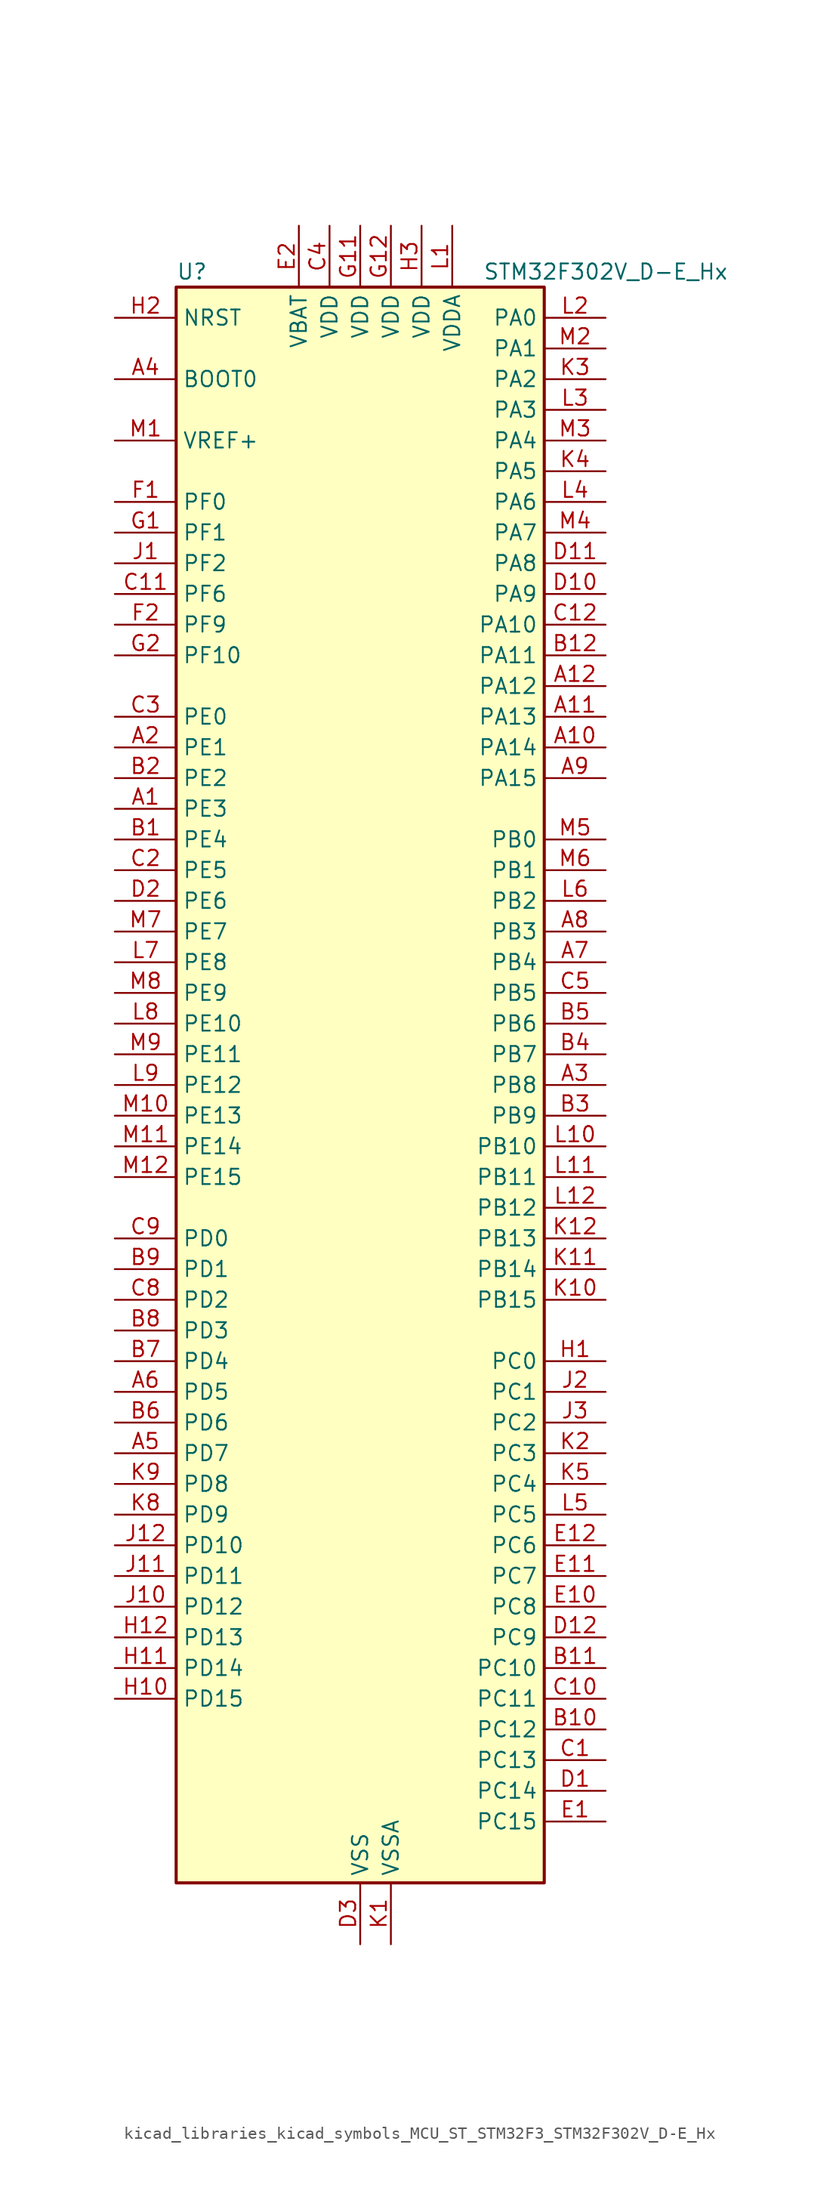
<source format=kicad_sym>
(kicad_symbol_lib
  (version 20220914)
  (generator kicad_symbol_editor)
  (symbol "kicad_libraries_kicad_symbols_MCU_ST_STM32F3_STM32F302V_D-E_Hx"
    (property "Reference" "U"
      (at -15.24 67.31 0)
      (effects (font (size 1.27 1.27)) (justify left)))
    (property "Value" "STM32F302V_D-E_Hx"
      (at 10.16 67.31 0)
      (effects (font (size 1.27 1.27)) (justify left)))
    (property "ki_locked" ""
      (at 0 0 0)
      (effects (font (size 1.27 1.27))))
    (symbol "kicad_libraries_kicad_symbols_MCU_ST_STM32F3_STM32F302V_D-E_Hx_0_1"
      (rectangle (start -15.24 -66.04) (end 15.24 66.04) (stroke (width 0.254) (type default)) (fill (type background))))
    (symbol "kicad_libraries_kicad_symbols_MCU_ST_STM32F3_STM32F302V_D-E_Hx_1_1"
      (pin bidirectional line (at -20.32 22.86 0) (length 5.08) (name "PE3" (effects (font (size 1.27 1.27)))) (number "A1" (effects (font (size 1.27 1.27)))) (alternate "FMC_A19" bidirectional line) (alternate "SPI4_NSS" bidirectional line) (alternate "SYS_TRACED0" bidirectional line) (alternate "TIM3_CH2" bidirectional line) (alternate "TSC_G7_IO2" bidirectional line))
      (pin bidirectional line (at 20.32 27.94 180) (length 5.08) (name "PA14" (effects (font (size 1.27 1.27)))) (number "A10" (effects (font (size 1.27 1.27)))) (alternate "I2C1_SDA" bidirectional line) (alternate "SYS_JTCK-SWCLK" bidirectional line) (alternate "TIM1_BKIN" bidirectional line) (alternate "TSC_G4_IO4" bidirectional line) (alternate "USART2_TX" bidirectional line))
      (pin bidirectional line (at 20.32 30.48 180) (length 5.08) (name "PA13" (effects (font (size 1.27 1.27)))) (number "A11" (effects (font (size 1.27 1.27)))) (alternate "IR_OUT" bidirectional line) (alternate "SYS_JTMS-SWDIO" bidirectional line) (alternate "TIM16_CH1N" bidirectional line) (alternate "TIM4_CH3" bidirectional line) (alternate "TSC_G4_IO3" bidirectional line) (alternate "USART3_CTS" bidirectional line))
      (pin bidirectional line (at 20.32 33.02 180) (length 5.08) (name "PA12" (effects (font (size 1.27 1.27)))) (number "A12" (effects (font (size 1.27 1.27)))) (alternate "CAN_TX" bidirectional line) (alternate "COMP2_OUT" bidirectional line) (alternate "I2S_CKIN" bidirectional line) (alternate "TIM16_CH1" bidirectional line) (alternate "TIM1_CH2N" bidirectional line) (alternate "TIM1_ETR" bidirectional line) (alternate "TIM4_CH2" bidirectional line) (alternate "USART1_DE" bidirectional line) (alternate "USART1_RTS" bidirectional line) (alternate "USB_DP" bidirectional line))
      (pin bidirectional line (at -20.32 27.94 0) (length 5.08) (name "PE1" (effects (font (size 1.27 1.27)))) (number "A2" (effects (font (size 1.27 1.27)))) (alternate "FMC_NBL1" bidirectional line) (alternate "TIM17_CH1" bidirectional line) (alternate "USART1_RX" bidirectional line))
      (pin bidirectional line (at 20.32 0 180) (length 5.08) (name "PB8" (effects (font (size 1.27 1.27)))) (number "A3" (effects (font (size 1.27 1.27)))) (alternate "CAN_RX" bidirectional line) (alternate "COMP1_OUT" bidirectional line) (alternate "I2C1_SCL" bidirectional line) (alternate "TIM16_CH1" bidirectional line) (alternate "TIM1_BKIN" bidirectional line) (alternate "TIM4_CH3" bidirectional line) (alternate "TSC_SYNC" bidirectional line) (alternate "USART3_RX" bidirectional line))
      (pin input line (at -20.32 58.42 0) (length 5.08) (name "BOOT0" (effects (font (size 1.27 1.27)))) (number "A4" (effects (font (size 1.27 1.27)))))
      (pin bidirectional line (at -20.32 -30.48 0) (length 5.08) (name "PD7" (effects (font (size 1.27 1.27)))) (number "A5" (effects (font (size 1.27 1.27)))) (alternate "FMC_NCE2" bidirectional line) (alternate "FMC_NE1" bidirectional line) (alternate "TIM2_CH3" bidirectional line) (alternate "USART2_CK" bidirectional line))
      (pin bidirectional line (at -20.32 -25.4 0) (length 5.08) (name "PD5" (effects (font (size 1.27 1.27)))) (number "A6" (effects (font (size 1.27 1.27)))) (alternate "FMC_NWE" bidirectional line) (alternate "USART2_TX" bidirectional line))
      (pin bidirectional line (at 20.32 10.16 180) (length 5.08) (name "PB4" (effects (font (size 1.27 1.27)))) (number "A7" (effects (font (size 1.27 1.27)))) (alternate "I2S3_ext_SD" bidirectional line) (alternate "SPI1_MISO" bidirectional line) (alternate "SPI3_MISO" bidirectional line) (alternate "SYS_NJTRST" bidirectional line) (alternate "TIM16_CH1" bidirectional line) (alternate "TIM17_BKIN" bidirectional line) (alternate "TIM3_CH1" bidirectional line) (alternate "TSC_G5_IO2" bidirectional line) (alternate "USART2_RX" bidirectional line))
      (pin bidirectional line (at 20.32 12.7 180) (length 5.08) (name "PB3" (effects (font (size 1.27 1.27)))) (number "A8" (effects (font (size 1.27 1.27)))) (alternate "I2S3_CK" bidirectional line) (alternate "SPI1_SCK" bidirectional line) (alternate "SPI3_SCK" bidirectional line) (alternate "SYS_JTDO-TRACESWO" bidirectional line) (alternate "TIM2_CH2" bidirectional line) (alternate "TIM3_ETR" bidirectional line) (alternate "TIM4_ETR" bidirectional line) (alternate "TSC_G5_IO1" bidirectional line) (alternate "USART2_TX" bidirectional line))
      (pin bidirectional line (at 20.32 25.4 180) (length 5.08) (name "PA15" (effects (font (size 1.27 1.27)))) (number "A9" (effects (font (size 1.27 1.27)))) (alternate "ADC1_EXTI15" bidirectional line) (alternate "ADC2_EXTI15" bidirectional line) (alternate "I2C1_SCL" bidirectional line) (alternate "I2S3_WS" bidirectional line) (alternate "SPI1_NSS" bidirectional line) (alternate "SPI3_NSS" bidirectional line) (alternate "SYS_JTDI" bidirectional line) (alternate "TIM1_BKIN" bidirectional line) (alternate "TIM2_CH1" bidirectional line) (alternate "TIM2_ETR" bidirectional line) (alternate "TSC_SYNC" bidirectional line) (alternate "USART2_RX" bidirectional line))
      (pin bidirectional line (at -20.32 20.32 0) (length 5.08) (name "PE4" (effects (font (size 1.27 1.27)))) (number "B1" (effects (font (size 1.27 1.27)))) (alternate "FMC_A20" bidirectional line) (alternate "SPI4_NSS" bidirectional line) (alternate "SYS_TRACED1" bidirectional line) (alternate "TIM3_CH3" bidirectional line) (alternate "TSC_G7_IO3" bidirectional line))
      (pin bidirectional line (at 20.32 -53.34 180) (length 5.08) (name "PC12" (effects (font (size 1.27 1.27)))) (number "B10" (effects (font (size 1.27 1.27)))) (alternate "I2S3_SD" bidirectional line) (alternate "SPI3_MOSI" bidirectional line) (alternate "UART5_TX" bidirectional line) (alternate "USART3_CK" bidirectional line))
      (pin bidirectional line (at 20.32 -48.26 180) (length 5.08) (name "PC10" (effects (font (size 1.27 1.27)))) (number "B11" (effects (font (size 1.27 1.27)))) (alternate "I2S3_CK" bidirectional line) (alternate "SPI3_SCK" bidirectional line) (alternate "UART4_TX" bidirectional line) (alternate "USART3_TX" bidirectional line))
      (pin bidirectional line (at 20.32 35.56 180) (length 5.08) (name "PA11" (effects (font (size 1.27 1.27)))) (number "B12" (effects (font (size 1.27 1.27)))) (alternate "ADC1_EXTI11" bidirectional line) (alternate "ADC2_EXTI11" bidirectional line) (alternate "CAN_RX" bidirectional line) (alternate "COMP1_OUT" bidirectional line) (alternate "I2S2_SD" bidirectional line) (alternate "SPI2_MOSI" bidirectional line) (alternate "TIM1_BKIN2" bidirectional line) (alternate "TIM1_CH1N" bidirectional line) (alternate "TIM1_CH4" bidirectional line) (alternate "TIM4_CH1" bidirectional line) (alternate "USART1_CTS" bidirectional line) (alternate "USB_DM" bidirectional line))
      (pin bidirectional line (at -20.32 25.4 0) (length 5.08) (name "PE2" (effects (font (size 1.27 1.27)))) (number "B2" (effects (font (size 1.27 1.27)))) (alternate "FMC_A23" bidirectional line) (alternate "SPI4_SCK" bidirectional line) (alternate "SYS_TRACECK" bidirectional line) (alternate "TIM3_CH1" bidirectional line) (alternate "TSC_G7_IO1" bidirectional line))
      (pin bidirectional line (at 20.32 -2.54 180) (length 5.08) (name "PB9" (effects (font (size 1.27 1.27)))) (number "B3" (effects (font (size 1.27 1.27)))) (alternate "CAN_TX" bidirectional line) (alternate "COMP2_OUT" bidirectional line) (alternate "DAC1_EXTI9" bidirectional line) (alternate "I2C1_SDA" bidirectional line) (alternate "IR_OUT" bidirectional line) (alternate "TIM17_CH1" bidirectional line) (alternate "TIM4_CH4" bidirectional line) (alternate "USART3_TX" bidirectional line))
      (pin bidirectional line (at 20.32 2.54 180) (length 5.08) (name "PB7" (effects (font (size 1.27 1.27)))) (number "B4" (effects (font (size 1.27 1.27)))) (alternate "FMC_NL" bidirectional line) (alternate "I2C1_SDA" bidirectional line) (alternate "TIM17_CH1N" bidirectional line) (alternate "TIM3_CH4" bidirectional line) (alternate "TIM4_CH2" bidirectional line) (alternate "TSC_G5_IO4" bidirectional line) (alternate "USART1_RX" bidirectional line))
      (pin bidirectional line (at 20.32 5.08 180) (length 5.08) (name "PB6" (effects (font (size 1.27 1.27)))) (number "B5" (effects (font (size 1.27 1.27)))) (alternate "I2C1_SCL" bidirectional line) (alternate "TIM16_CH1N" bidirectional line) (alternate "TIM4_CH1" bidirectional line) (alternate "TSC_G5_IO3" bidirectional line) (alternate "USART1_TX" bidirectional line))
      (pin bidirectional line (at -20.32 -27.94 0) (length 5.08) (name "PD6" (effects (font (size 1.27 1.27)))) (number "B6" (effects (font (size 1.27 1.27)))) (alternate "FMC_NWAIT" bidirectional line) (alternate "TIM2_CH4" bidirectional line) (alternate "USART2_RX" bidirectional line))
      (pin bidirectional line (at -20.32 -22.86 0) (length 5.08) (name "PD4" (effects (font (size 1.27 1.27)))) (number "B7" (effects (font (size 1.27 1.27)))) (alternate "FMC_NOE" bidirectional line) (alternate "TIM2_CH2" bidirectional line) (alternate "USART2_DE" bidirectional line) (alternate "USART2_RTS" bidirectional line))
      (pin bidirectional line (at -20.32 -20.32 0) (length 5.08) (name "PD3" (effects (font (size 1.27 1.27)))) (number "B8" (effects (font (size 1.27 1.27)))) (alternate "FMC_CLK" bidirectional line) (alternate "TIM2_CH1" bidirectional line) (alternate "TIM2_ETR" bidirectional line) (alternate "USART2_CTS" bidirectional line))
      (pin bidirectional line (at -20.32 -15.24 0) (length 5.08) (name "PD1" (effects (font (size 1.27 1.27)))) (number "B9" (effects (font (size 1.27 1.27)))) (alternate "CAN_TX" bidirectional line) (alternate "FMC_D3" bidirectional line) (alternate "FMC_DA3" bidirectional line))
      (pin bidirectional line (at 20.32 -55.88 180) (length 5.08) (name "PC13" (effects (font (size 1.27 1.27)))) (number "C1" (effects (font (size 1.27 1.27)))) (alternate "RTC_OUT_ALARM" bidirectional line) (alternate "RTC_OUT_CALIB" bidirectional line) (alternate "RTC_TAMP1" bidirectional line) (alternate "RTC_TS" bidirectional line) (alternate "SYS_WKUP2" bidirectional line) (alternate "TIM1_CH1N" bidirectional line))
      (pin bidirectional line (at 20.32 -50.8 180) (length 5.08) (name "PC11" (effects (font (size 1.27 1.27)))) (number "C10" (effects (font (size 1.27 1.27)))) (alternate "ADC1_EXTI11" bidirectional line) (alternate "ADC2_EXTI11" bidirectional line) (alternate "I2S3_ext_SD" bidirectional line) (alternate "SPI3_MISO" bidirectional line) (alternate "UART4_RX" bidirectional line) (alternate "USART3_RX" bidirectional line))
      (pin bidirectional line (at -20.32 40.64 0) (length 5.08) (name "PF6" (effects (font (size 1.27 1.27)))) (number "C11" (effects (font (size 1.27 1.27)))) (alternate "FMC_NIORD" bidirectional line) (alternate "I2C2_SCL" bidirectional line) (alternate "TIM4_CH4" bidirectional line) (alternate "USART3_DE" bidirectional line) (alternate "USART3_RTS" bidirectional line))
      (pin bidirectional line (at 20.32 38.1 180) (length 5.08) (name "PA10" (effects (font (size 1.27 1.27)))) (number "C12" (effects (font (size 1.27 1.27)))) (alternate "COMP6_OUT" bidirectional line) (alternate "I2C2_SDA" bidirectional line) (alternate "I2S2_ext_SD" bidirectional line) (alternate "SPI2_MISO" bidirectional line) (alternate "TIM17_BKIN" bidirectional line) (alternate "TIM1_CH3" bidirectional line) (alternate "TIM2_CH4" bidirectional line) (alternate "TSC_G4_IO2" bidirectional line) (alternate "USART1_RX" bidirectional line))
      (pin bidirectional line (at -20.32 17.78 0) (length 5.08) (name "PE5" (effects (font (size 1.27 1.27)))) (number "C2" (effects (font (size 1.27 1.27)))) (alternate "FMC_A21" bidirectional line) (alternate "SPI4_MISO" bidirectional line) (alternate "SYS_TRACED2" bidirectional line) (alternate "TIM3_CH4" bidirectional line) (alternate "TSC_G7_IO4" bidirectional line))
      (pin bidirectional line (at -20.32 30.48 0) (length 5.08) (name "PE0" (effects (font (size 1.27 1.27)))) (number "C3" (effects (font (size 1.27 1.27)))) (alternate "FMC_NBL0" bidirectional line) (alternate "TIM16_CH1" bidirectional line) (alternate "TIM4_ETR" bidirectional line) (alternate "USART1_TX" bidirectional line))
      (pin power_in line (at -2.54 71.12 270) (length 5.08) (name "VDD" (effects (font (size 1.27 1.27)))) (number "C4" (effects (font (size 1.27 1.27)))))
      (pin bidirectional line (at 20.32 7.62 180) (length 5.08) (name "PB5" (effects (font (size 1.27 1.27)))) (number "C5" (effects (font (size 1.27 1.27)))) (alternate "I2C1_SMBA" bidirectional line) (alternate "I2C3_SDA" bidirectional line) (alternate "I2S3_SD" bidirectional line) (alternate "SPI1_MOSI" bidirectional line) (alternate "SPI3_MOSI" bidirectional line) (alternate "TIM16_BKIN" bidirectional line) (alternate "TIM17_CH1" bidirectional line) (alternate "TIM3_CH2" bidirectional line) (alternate "USART2_CK" bidirectional line))
      (pin bidirectional line (at -20.32 -17.78 0) (length 5.08) (name "PD2" (effects (font (size 1.27 1.27)))) (number "C8" (effects (font (size 1.27 1.27)))) (alternate "TIM3_ETR" bidirectional line) (alternate "UART5_RX" bidirectional line))
      (pin bidirectional line (at -20.32 -12.7 0) (length 5.08) (name "PD0" (effects (font (size 1.27 1.27)))) (number "C9" (effects (font (size 1.27 1.27)))) (alternate "CAN_RX" bidirectional line) (alternate "FMC_D2" bidirectional line) (alternate "FMC_DA2" bidirectional line))
      (pin bidirectional line (at 20.32 -58.42 180) (length 5.08) (name "PC14" (effects (font (size 1.27 1.27)))) (number "D1" (effects (font (size 1.27 1.27)))) (alternate "RCC_OSC32_IN" bidirectional line))
      (pin bidirectional line (at 20.32 40.64 180) (length 5.08) (name "PA9" (effects (font (size 1.27 1.27)))) (number "D10" (effects (font (size 1.27 1.27)))) (alternate "DAC1_EXTI9" bidirectional line) (alternate "I2C2_SCL" bidirectional line) (alternate "I2C3_SMBA" bidirectional line) (alternate "I2S3_MCK" bidirectional line) (alternate "TIM15_BKIN" bidirectional line) (alternate "TIM1_CH2" bidirectional line) (alternate "TIM2_CH3" bidirectional line) (alternate "TSC_G4_IO1" bidirectional line) (alternate "USART1_TX" bidirectional line))
      (pin bidirectional line (at 20.32 43.18 180) (length 5.08) (name "PA8" (effects (font (size 1.27 1.27)))) (number "D11" (effects (font (size 1.27 1.27)))) (alternate "I2C2_SMBA" bidirectional line) (alternate "I2C3_SCL" bidirectional line) (alternate "I2S2_MCK" bidirectional line) (alternate "RCC_MCO" bidirectional line) (alternate "TIM1_CH1" bidirectional line) (alternate "TIM4_ETR" bidirectional line) (alternate "USART1_CK" bidirectional line))
      (pin bidirectional line (at 20.32 -45.72 180) (length 5.08) (name "PC9" (effects (font (size 1.27 1.27)))) (number "D12" (effects (font (size 1.27 1.27)))) (alternate "DAC1_EXTI9" bidirectional line) (alternate "I2C3_SDA" bidirectional line) (alternate "I2S_CKIN" bidirectional line) (alternate "TIM3_CH4" bidirectional line))
      (pin bidirectional line (at -20.32 15.24 0) (length 5.08) (name "PE6" (effects (font (size 1.27 1.27)))) (number "D2" (effects (font (size 1.27 1.27)))) (alternate "FMC_A22" bidirectional line) (alternate "RTC_TAMP3" bidirectional line) (alternate "SPI4_MOSI" bidirectional line) (alternate "SYS_TRACED3" bidirectional line) (alternate "SYS_WKUP3" bidirectional line))
      (pin power_in line (at 0 -71.12 90) (length 5.08) (name "VSS" (effects (font (size 1.27 1.27)))) (number "D3" (effects (font (size 1.27 1.27)))))
      (pin bidirectional line (at 20.32 -60.96 180) (length 5.08) (name "PC15" (effects (font (size 1.27 1.27)))) (number "E1" (effects (font (size 1.27 1.27)))) (alternate "ADC1_EXTI15" bidirectional line) (alternate "ADC2_EXTI15" bidirectional line) (alternate "RCC_OSC32_OUT" bidirectional line))
      (pin bidirectional line (at 20.32 -43.18 180) (length 5.08) (name "PC8" (effects (font (size 1.27 1.27)))) (number "E10" (effects (font (size 1.27 1.27)))) (alternate "TIM3_CH3" bidirectional line))
      (pin bidirectional line (at 20.32 -40.64 180) (length 5.08) (name "PC7" (effects (font (size 1.27 1.27)))) (number "E11" (effects (font (size 1.27 1.27)))) (alternate "I2S3_MCK" bidirectional line) (alternate "TIM3_CH2" bidirectional line))
      (pin bidirectional line (at 20.32 -38.1 180) (length 5.08) (name "PC6" (effects (font (size 1.27 1.27)))) (number "E12" (effects (font (size 1.27 1.27)))) (alternate "COMP6_OUT" bidirectional line) (alternate "I2S2_MCK" bidirectional line) (alternate "TIM3_CH1" bidirectional line))
      (pin power_in line (at -5.08 71.12 270) (length 5.08) (name "VBAT" (effects (font (size 1.27 1.27)))) (number "E2" (effects (font (size 1.27 1.27)))))
      (pin passive line (at 0 -71.12 90) (length 5.08) hide (name "VSS" (effects (font (size 1.27 1.27)))) (number "E3" (effects (font (size 1.27 1.27)))))
      (pin bidirectional line (at -20.32 48.26 0) (length 5.08) (name "PF0" (effects (font (size 1.27 1.27)))) (number "F1" (effects (font (size 1.27 1.27)))) (alternate "I2C2_SDA" bidirectional line) (alternate "I2S2_WS" bidirectional line) (alternate "RCC_OSC_IN" bidirectional line) (alternate "SPI2_NSS" bidirectional line) (alternate "TIM1_CH3N" bidirectional line))
      (pin passive line (at 0 -71.12 90) (length 5.08) hide (name "VSS" (effects (font (size 1.27 1.27)))) (number "F11" (effects (font (size 1.27 1.27)))))
      (pin passive line (at 0 -71.12 90) (length 5.08) hide (name "VSS" (effects (font (size 1.27 1.27)))) (number "F12" (effects (font (size 1.27 1.27)))))
      (pin bidirectional line (at -20.32 38.1 0) (length 5.08) (name "PF9" (effects (font (size 1.27 1.27)))) (number "F2" (effects (font (size 1.27 1.27)))) (alternate "DAC1_EXTI9" bidirectional line) (alternate "FMC_CD" bidirectional line) (alternate "SPI2_SCK" bidirectional line) (alternate "TIM15_CH1" bidirectional line))
      (pin bidirectional line (at -20.32 45.72 0) (length 5.08) (name "PF1" (effects (font (size 1.27 1.27)))) (number "G1" (effects (font (size 1.27 1.27)))) (alternate "I2C2_SCL" bidirectional line) (alternate "I2S2_CK" bidirectional line) (alternate "RCC_OSC_OUT" bidirectional line) (alternate "SPI2_SCK" bidirectional line))
      (pin power_in line (at 0 71.12 270) (length 5.08) (name "VDD" (effects (font (size 1.27 1.27)))) (number "G11" (effects (font (size 1.27 1.27)))))
      (pin power_in line (at 2.54 71.12 270) (length 5.08) (name "VDD" (effects (font (size 1.27 1.27)))) (number "G12" (effects (font (size 1.27 1.27)))))
      (pin bidirectional line (at -20.32 35.56 0) (length 5.08) (name "PF10" (effects (font (size 1.27 1.27)))) (number "G2" (effects (font (size 1.27 1.27)))) (alternate "FMC_INTR" bidirectional line) (alternate "SPI2_SCK" bidirectional line) (alternate "TIM15_CH2" bidirectional line))
      (pin bidirectional line (at 20.32 -22.86 180) (length 5.08) (name "PC0" (effects (font (size 1.27 1.27)))) (number "H1" (effects (font (size 1.27 1.27)))) (alternate "ADC1_IN6" bidirectional line) (alternate "ADC2_IN6" bidirectional line) (alternate "TIM1_CH1" bidirectional line))
      (pin bidirectional line (at -20.32 -50.8 0) (length 5.08) (name "PD15" (effects (font (size 1.27 1.27)))) (number "H10" (effects (font (size 1.27 1.27)))) (alternate "ADC1_EXTI15" bidirectional line) (alternate "ADC2_EXTI15" bidirectional line) (alternate "FMC_D1" bidirectional line) (alternate "FMC_DA1" bidirectional line) (alternate "SPI2_NSS" bidirectional line) (alternate "TIM4_CH4" bidirectional line) (alternate "TSC_G8_IO4" bidirectional line))
      (pin bidirectional line (at -20.32 -48.26 0) (length 5.08) (name "PD14" (effects (font (size 1.27 1.27)))) (number "H11" (effects (font (size 1.27 1.27)))) (alternate "FMC_D0" bidirectional line) (alternate "FMC_DA0" bidirectional line) (alternate "OPAMP2_VINP" bidirectional line) (alternate "OPAMP2_VINP_SEC" bidirectional line) (alternate "TIM4_CH3" bidirectional line) (alternate "TSC_G8_IO3" bidirectional line))
      (pin bidirectional line (at -20.32 -45.72 0) (length 5.08) (name "PD13" (effects (font (size 1.27 1.27)))) (number "H12" (effects (font (size 1.27 1.27)))) (alternate "FMC_A18" bidirectional line) (alternate "TIM4_CH2" bidirectional line) (alternate "TSC_G8_IO2" bidirectional line))
      (pin input line (at -20.32 63.5 0) (length 5.08) (name "NRST" (effects (font (size 1.27 1.27)))) (number "H2" (effects (font (size 1.27 1.27)))))
      (pin power_in line (at 5.08 71.12 270) (length 5.08) (name "VDD" (effects (font (size 1.27 1.27)))) (number "H3" (effects (font (size 1.27 1.27)))))
      (pin bidirectional line (at -20.32 43.18 0) (length 5.08) (name "PF2" (effects (font (size 1.27 1.27)))) (number "J1" (effects (font (size 1.27 1.27)))) (alternate "ADC1_IN10" bidirectional line) (alternate "ADC2_IN10" bidirectional line) (alternate "FMC_A2" bidirectional line))
      (pin bidirectional line (at -20.32 -43.18 0) (length 5.08) (name "PD12" (effects (font (size 1.27 1.27)))) (number "J10" (effects (font (size 1.27 1.27)))) (alternate "FMC_A17" bidirectional line) (alternate "FMC_ALE" bidirectional line) (alternate "TIM4_CH1" bidirectional line) (alternate "TSC_G8_IO1" bidirectional line) (alternate "USART3_DE" bidirectional line) (alternate "USART3_RTS" bidirectional line))
      (pin bidirectional line (at -20.32 -40.64 0) (length 5.08) (name "PD11" (effects (font (size 1.27 1.27)))) (number "J11" (effects (font (size 1.27 1.27)))) (alternate "ADC1_EXTI11" bidirectional line) (alternate "ADC2_EXTI11" bidirectional line) (alternate "FMC_A16" bidirectional line) (alternate "FMC_CLE" bidirectional line) (alternate "USART3_CTS" bidirectional line))
      (pin bidirectional line (at -20.32 -38.1 0) (length 5.08) (name "PD10" (effects (font (size 1.27 1.27)))) (number "J12" (effects (font (size 1.27 1.27)))) (alternate "COMP6_INM" bidirectional line) (alternate "FMC_D15" bidirectional line) (alternate "FMC_DA15" bidirectional line) (alternate "USART3_CK" bidirectional line))
      (pin bidirectional line (at 20.32 -25.4 180) (length 5.08) (name "PC1" (effects (font (size 1.27 1.27)))) (number "J2" (effects (font (size 1.27 1.27)))) (alternate "ADC1_IN7" bidirectional line) (alternate "ADC2_IN7" bidirectional line) (alternate "TIM1_CH2" bidirectional line))
      (pin bidirectional line (at 20.32 -27.94 180) (length 5.08) (name "PC2" (effects (font (size 1.27 1.27)))) (number "J3" (effects (font (size 1.27 1.27)))) (alternate "ADC1_IN8" bidirectional line) (alternate "ADC2_IN8" bidirectional line) (alternate "TIM1_CH3" bidirectional line))
      (pin power_in line (at 2.54 -71.12 90) (length 5.08) (name "VSSA" (effects (font (size 1.27 1.27)))) (number "K1" (effects (font (size 1.27 1.27)))))
      (pin bidirectional line (at 20.32 -17.78 180) (length 5.08) (name "PB15" (effects (font (size 1.27 1.27)))) (number "K10" (effects (font (size 1.27 1.27)))) (alternate "ADC1_EXTI15" bidirectional line) (alternate "ADC2_EXTI15" bidirectional line) (alternate "COMP6_INM" bidirectional line) (alternate "I2S2_SD" bidirectional line) (alternate "RTC_REFIN" bidirectional line) (alternate "SPI2_MOSI" bidirectional line) (alternate "TIM15_CH1N" bidirectional line) (alternate "TIM15_CH2" bidirectional line) (alternate "TIM1_CH3N" bidirectional line))
      (pin bidirectional line (at 20.32 -15.24 180) (length 5.08) (name "PB14" (effects (font (size 1.27 1.27)))) (number "K11" (effects (font (size 1.27 1.27)))) (alternate "I2S2_ext_SD" bidirectional line) (alternate "OPAMP2_VINP" bidirectional line) (alternate "OPAMP2_VINP_SEC" bidirectional line) (alternate "SPI2_MISO" bidirectional line) (alternate "TIM15_CH1" bidirectional line) (alternate "TIM1_CH2N" bidirectional line) (alternate "TSC_G6_IO4" bidirectional line) (alternate "USART3_DE" bidirectional line) (alternate "USART3_RTS" bidirectional line))
      (pin bidirectional line (at 20.32 -12.7 180) (length 5.08) (name "PB13" (effects (font (size 1.27 1.27)))) (number "K12" (effects (font (size 1.27 1.27)))) (alternate "I2S2_CK" bidirectional line) (alternate "SPI2_SCK" bidirectional line) (alternate "TIM1_CH1N" bidirectional line) (alternate "TSC_G6_IO3" bidirectional line) (alternate "USART3_CTS" bidirectional line))
      (pin bidirectional line (at 20.32 -30.48 180) (length 5.08) (name "PC3" (effects (font (size 1.27 1.27)))) (number "K2" (effects (font (size 1.27 1.27)))) (alternate "ADC1_IN9" bidirectional line) (alternate "ADC2_IN9" bidirectional line) (alternate "TIM1_BKIN2" bidirectional line) (alternate "TIM1_CH4" bidirectional line))
      (pin bidirectional line (at 20.32 58.42 180) (length 5.08) (name "PA2" (effects (font (size 1.27 1.27)))) (number "K3" (effects (font (size 1.27 1.27)))) (alternate "ADC1_IN3" bidirectional line) (alternate "COMP2_INM" bidirectional line) (alternate "COMP2_OUT" bidirectional line) (alternate "OPAMP1_VOUT" bidirectional line) (alternate "TIM15_CH1" bidirectional line) (alternate "TIM2_CH3" bidirectional line) (alternate "TSC_G1_IO3" bidirectional line) (alternate "USART2_TX" bidirectional line))
      (pin bidirectional line (at 20.32 50.8 180) (length 5.08) (name "PA5" (effects (font (size 1.27 1.27)))) (number "K4" (effects (font (size 1.27 1.27)))) (alternate "ADC2_IN2" bidirectional line) (alternate "COMP1_INM" bidirectional line) (alternate "COMP2_INM" bidirectional line) (alternate "COMP4_INM" bidirectional line) (alternate "COMP6_INM" bidirectional line) (alternate "OPAMP1_VINP" bidirectional line) (alternate "OPAMP1_VINP_SEC" bidirectional line) (alternate "OPAMP2_VINM" bidirectional line) (alternate "OPAMP2_VINM_SEC" bidirectional line) (alternate "SPI1_SCK" bidirectional line) (alternate "TIM2_CH1" bidirectional line) (alternate "TIM2_ETR" bidirectional line) (alternate "TSC_G2_IO2" bidirectional line))
      (pin bidirectional line (at 20.32 -33.02 180) (length 5.08) (name "PC4" (effects (font (size 1.27 1.27)))) (number "K5" (effects (font (size 1.27 1.27)))) (alternate "ADC2_IN5" bidirectional line) (alternate "TIM1_ETR" bidirectional line) (alternate "USART1_TX" bidirectional line))
      (pin bidirectional line (at -20.32 -35.56 0) (length 5.08) (name "PD9" (effects (font (size 1.27 1.27)))) (number "K8" (effects (font (size 1.27 1.27)))) (alternate "DAC1_EXTI9" bidirectional line) (alternate "FMC_D14" bidirectional line) (alternate "FMC_DA14" bidirectional line) (alternate "USART3_RX" bidirectional line))
      (pin bidirectional line (at -20.32 -33.02 0) (length 5.08) (name "PD8" (effects (font (size 1.27 1.27)))) (number "K9" (effects (font (size 1.27 1.27)))) (alternate "FMC_D13" bidirectional line) (alternate "FMC_DA13" bidirectional line) (alternate "USART3_TX" bidirectional line))
      (pin power_in line (at 7.62 71.12 270) (length 5.08) (name "VDDA" (effects (font (size 1.27 1.27)))) (number "L1" (effects (font (size 1.27 1.27)))))
      (pin bidirectional line (at 20.32 -5.08 180) (length 5.08) (name "PB10" (effects (font (size 1.27 1.27)))) (number "L10" (effects (font (size 1.27 1.27)))) (alternate "TIM2_CH3" bidirectional line) (alternate "TSC_SYNC" bidirectional line) (alternate "USART3_TX" bidirectional line))
      (pin bidirectional line (at 20.32 -7.62 180) (length 5.08) (name "PB11" (effects (font (size 1.27 1.27)))) (number "L11" (effects (font (size 1.27 1.27)))) (alternate "ADC1_EXTI11" bidirectional line) (alternate "ADC1_IN14" bidirectional line) (alternate "ADC2_EXTI11" bidirectional line) (alternate "ADC2_IN14" bidirectional line) (alternate "COMP6_INP" bidirectional line) (alternate "TIM2_CH4" bidirectional line) (alternate "TSC_G6_IO1" bidirectional line) (alternate "USART3_RX" bidirectional line))
      (pin bidirectional line (at 20.32 -10.16 180) (length 5.08) (name "PB12" (effects (font (size 1.27 1.27)))) (number "L12" (effects (font (size 1.27 1.27)))) (alternate "I2C2_SMBA" bidirectional line) (alternate "I2S2_WS" bidirectional line) (alternate "SPI2_NSS" bidirectional line) (alternate "TIM1_BKIN" bidirectional line) (alternate "TSC_G6_IO2" bidirectional line) (alternate "USART3_CK" bidirectional line))
      (pin bidirectional line (at 20.32 63.5 180) (length 5.08) (name "PA0" (effects (font (size 1.27 1.27)))) (number "L2" (effects (font (size 1.27 1.27)))) (alternate "ADC1_IN1" bidirectional line) (alternate "COMP1_INM" bidirectional line) (alternate "COMP1_OUT" bidirectional line) (alternate "RTC_TAMP2" bidirectional line) (alternate "SYS_WKUP1" bidirectional line) (alternate "TIM2_CH1" bidirectional line) (alternate "TIM2_ETR" bidirectional line) (alternate "TSC_G1_IO1" bidirectional line) (alternate "USART2_CTS" bidirectional line))
      (pin bidirectional line (at 20.32 55.88 180) (length 5.08) (name "PA3" (effects (font (size 1.27 1.27)))) (number "L3" (effects (font (size 1.27 1.27)))) (alternate "ADC1_IN4" bidirectional line) (alternate "OPAMP1_VINM" bidirectional line) (alternate "OPAMP1_VINM_SEC" bidirectional line) (alternate "OPAMP1_VINP" bidirectional line) (alternate "OPAMP1_VINP_SEC" bidirectional line) (alternate "TIM15_CH2" bidirectional line) (alternate "TIM2_CH4" bidirectional line) (alternate "TSC_G1_IO4" bidirectional line) (alternate "USART2_RX" bidirectional line))
      (pin bidirectional line (at 20.32 48.26 180) (length 5.08) (name "PA6" (effects (font (size 1.27 1.27)))) (number "L4" (effects (font (size 1.27 1.27)))) (alternate "ADC2_IN3" bidirectional line) (alternate "COMP1_OUT" bidirectional line) (alternate "OPAMP2_VOUT" bidirectional line) (alternate "SPI1_MISO" bidirectional line) (alternate "TIM16_CH1" bidirectional line) (alternate "TIM1_BKIN" bidirectional line) (alternate "TIM3_CH1" bidirectional line) (alternate "TSC_G2_IO3" bidirectional line))
      (pin bidirectional line (at 20.32 -35.56 180) (length 5.08) (name "PC5" (effects (font (size 1.27 1.27)))) (number "L5" (effects (font (size 1.27 1.27)))) (alternate "ADC2_IN11" bidirectional line) (alternate "OPAMP1_VINM" bidirectional line) (alternate "OPAMP1_VINM_SEC" bidirectional line) (alternate "OPAMP2_VINM" bidirectional line) (alternate "OPAMP2_VINM_SEC" bidirectional line) (alternate "TIM15_BKIN" bidirectional line) (alternate "TSC_G3_IO1" bidirectional line) (alternate "USART1_RX" bidirectional line))
      (pin bidirectional line (at 20.32 15.24 180) (length 5.08) (name "PB2" (effects (font (size 1.27 1.27)))) (number "L6" (effects (font (size 1.27 1.27)))) (alternate "ADC2_IN12" bidirectional line) (alternate "COMP4_INM" bidirectional line) (alternate "TSC_G3_IO4" bidirectional line))
      (pin bidirectional line (at -20.32 10.16 0) (length 5.08) (name "PE8" (effects (font (size 1.27 1.27)))) (number "L7" (effects (font (size 1.27 1.27)))) (alternate "COMP4_INM" bidirectional line) (alternate "FMC_D5" bidirectional line) (alternate "FMC_DA5" bidirectional line) (alternate "TIM1_CH1N" bidirectional line))
      (pin bidirectional line (at -20.32 5.08 0) (length 5.08) (name "PE10" (effects (font (size 1.27 1.27)))) (number "L8" (effects (font (size 1.27 1.27)))) (alternate "FMC_D7" bidirectional line) (alternate "FMC_DA7" bidirectional line) (alternate "TIM1_CH2N" bidirectional line))
      (pin bidirectional line (at -20.32 0 0) (length 5.08) (name "PE12" (effects (font (size 1.27 1.27)))) (number "L9" (effects (font (size 1.27 1.27)))) (alternate "FMC_D9" bidirectional line) (alternate "FMC_DA9" bidirectional line) (alternate "SPI4_SCK" bidirectional line) (alternate "TIM1_CH3N" bidirectional line))
      (pin input line (at -20.32 53.34 0) (length 5.08) (name "VREF+" (effects (font (size 1.27 1.27)))) (number "M1" (effects (font (size 1.27 1.27)))))
      (pin bidirectional line (at -20.32 -2.54 0) (length 5.08) (name "PE13" (effects (font (size 1.27 1.27)))) (number "M10" (effects (font (size 1.27 1.27)))) (alternate "FMC_D10" bidirectional line) (alternate "FMC_DA10" bidirectional line) (alternate "SPI4_MISO" bidirectional line) (alternate "TIM1_CH3" bidirectional line))
      (pin bidirectional line (at -20.32 -5.08 0) (length 5.08) (name "PE14" (effects (font (size 1.27 1.27)))) (number "M11" (effects (font (size 1.27 1.27)))) (alternate "FMC_D11" bidirectional line) (alternate "FMC_DA11" bidirectional line) (alternate "SPI4_MOSI" bidirectional line) (alternate "TIM1_BKIN2" bidirectional line) (alternate "TIM1_CH4" bidirectional line))
      (pin bidirectional line (at -20.32 -7.62 0) (length 5.08) (name "PE15" (effects (font (size 1.27 1.27)))) (number "M12" (effects (font (size 1.27 1.27)))) (alternate "ADC1_EXTI15" bidirectional line) (alternate "ADC2_EXTI15" bidirectional line) (alternate "FMC_D12" bidirectional line) (alternate "FMC_DA12" bidirectional line) (alternate "TIM1_BKIN" bidirectional line) (alternate "USART3_RX" bidirectional line))
      (pin bidirectional line (at 20.32 60.96 180) (length 5.08) (name "PA1" (effects (font (size 1.27 1.27)))) (number "M2" (effects (font (size 1.27 1.27)))) (alternate "ADC1_IN2" bidirectional line) (alternate "COMP1_INP" bidirectional line) (alternate "OPAMP1_VINP" bidirectional line) (alternate "OPAMP1_VINP_SEC" bidirectional line) (alternate "RTC_REFIN" bidirectional line) (alternate "TIM15_CH1N" bidirectional line) (alternate "TIM2_CH2" bidirectional line) (alternate "TSC_G1_IO2" bidirectional line) (alternate "USART2_DE" bidirectional line) (alternate "USART2_RTS" bidirectional line))
      (pin bidirectional line (at 20.32 53.34 180) (length 5.08) (name "PA4" (effects (font (size 1.27 1.27)))) (number "M3" (effects (font (size 1.27 1.27)))) (alternate "ADC2_IN1" bidirectional line) (alternate "COMP1_INM" bidirectional line) (alternate "COMP2_INM" bidirectional line) (alternate "COMP4_INM" bidirectional line) (alternate "COMP6_INM" bidirectional line) (alternate "DAC1_OUT1" bidirectional line) (alternate "I2S3_WS" bidirectional line) (alternate "SPI1_NSS" bidirectional line) (alternate "SPI3_NSS" bidirectional line) (alternate "TIM3_CH2" bidirectional line) (alternate "TSC_G2_IO1" bidirectional line) (alternate "USART2_CK" bidirectional line))
      (pin bidirectional line (at 20.32 45.72 180) (length 5.08) (name "PA7" (effects (font (size 1.27 1.27)))) (number "M4" (effects (font (size 1.27 1.27)))) (alternate "ADC2_IN4" bidirectional line) (alternate "COMP2_INP" bidirectional line) (alternate "OPAMP1_VINP" bidirectional line) (alternate "OPAMP1_VINP_SEC" bidirectional line) (alternate "OPAMP2_VINP" bidirectional line) (alternate "OPAMP2_VINP_SEC" bidirectional line) (alternate "SPI1_MOSI" bidirectional line) (alternate "TIM17_CH1" bidirectional line) (alternate "TIM1_CH1N" bidirectional line) (alternate "TIM3_CH2" bidirectional line) (alternate "TSC_G2_IO4" bidirectional line))
      (pin bidirectional line (at 20.32 20.32 180) (length 5.08) (name "PB0" (effects (font (size 1.27 1.27)))) (number "M5" (effects (font (size 1.27 1.27)))) (alternate "COMP4_INP" bidirectional line) (alternate "OPAMP2_VINP" bidirectional line) (alternate "OPAMP2_VINP_SEC" bidirectional line) (alternate "TIM1_CH2N" bidirectional line) (alternate "TIM3_CH3" bidirectional line) (alternate "TSC_G3_IO2" bidirectional line))
      (pin bidirectional line (at 20.32 17.78 180) (length 5.08) (name "PB1" (effects (font (size 1.27 1.27)))) (number "M6" (effects (font (size 1.27 1.27)))) (alternate "COMP4_OUT" bidirectional line) (alternate "TIM1_CH3N" bidirectional line) (alternate "TIM3_CH4" bidirectional line) (alternate "TSC_G3_IO3" bidirectional line))
      (pin bidirectional line (at -20.32 12.7 0) (length 5.08) (name "PE7" (effects (font (size 1.27 1.27)))) (number "M7" (effects (font (size 1.27 1.27)))) (alternate "FMC_D4" bidirectional line) (alternate "FMC_DA4" bidirectional line) (alternate "TIM1_ETR" bidirectional line))
      (pin bidirectional line (at -20.32 7.62 0) (length 5.08) (name "PE9" (effects (font (size 1.27 1.27)))) (number "M8" (effects (font (size 1.27 1.27)))) (alternate "DAC1_EXTI9" bidirectional line) (alternate "FMC_D6" bidirectional line) (alternate "FMC_DA6" bidirectional line) (alternate "TIM1_CH1" bidirectional line))
      (pin bidirectional line (at -20.32 2.54 0) (length 5.08) (name "PE11" (effects (font (size 1.27 1.27)))) (number "M9" (effects (font (size 1.27 1.27)))) (alternate "ADC1_EXTI11" bidirectional line) (alternate "ADC2_EXTI11" bidirectional line) (alternate "FMC_D8" bidirectional line) (alternate "FMC_DA8" bidirectional line) (alternate "SPI4_NSS" bidirectional line) (alternate "TIM1_CH2" bidirectional line)))))
</source>
